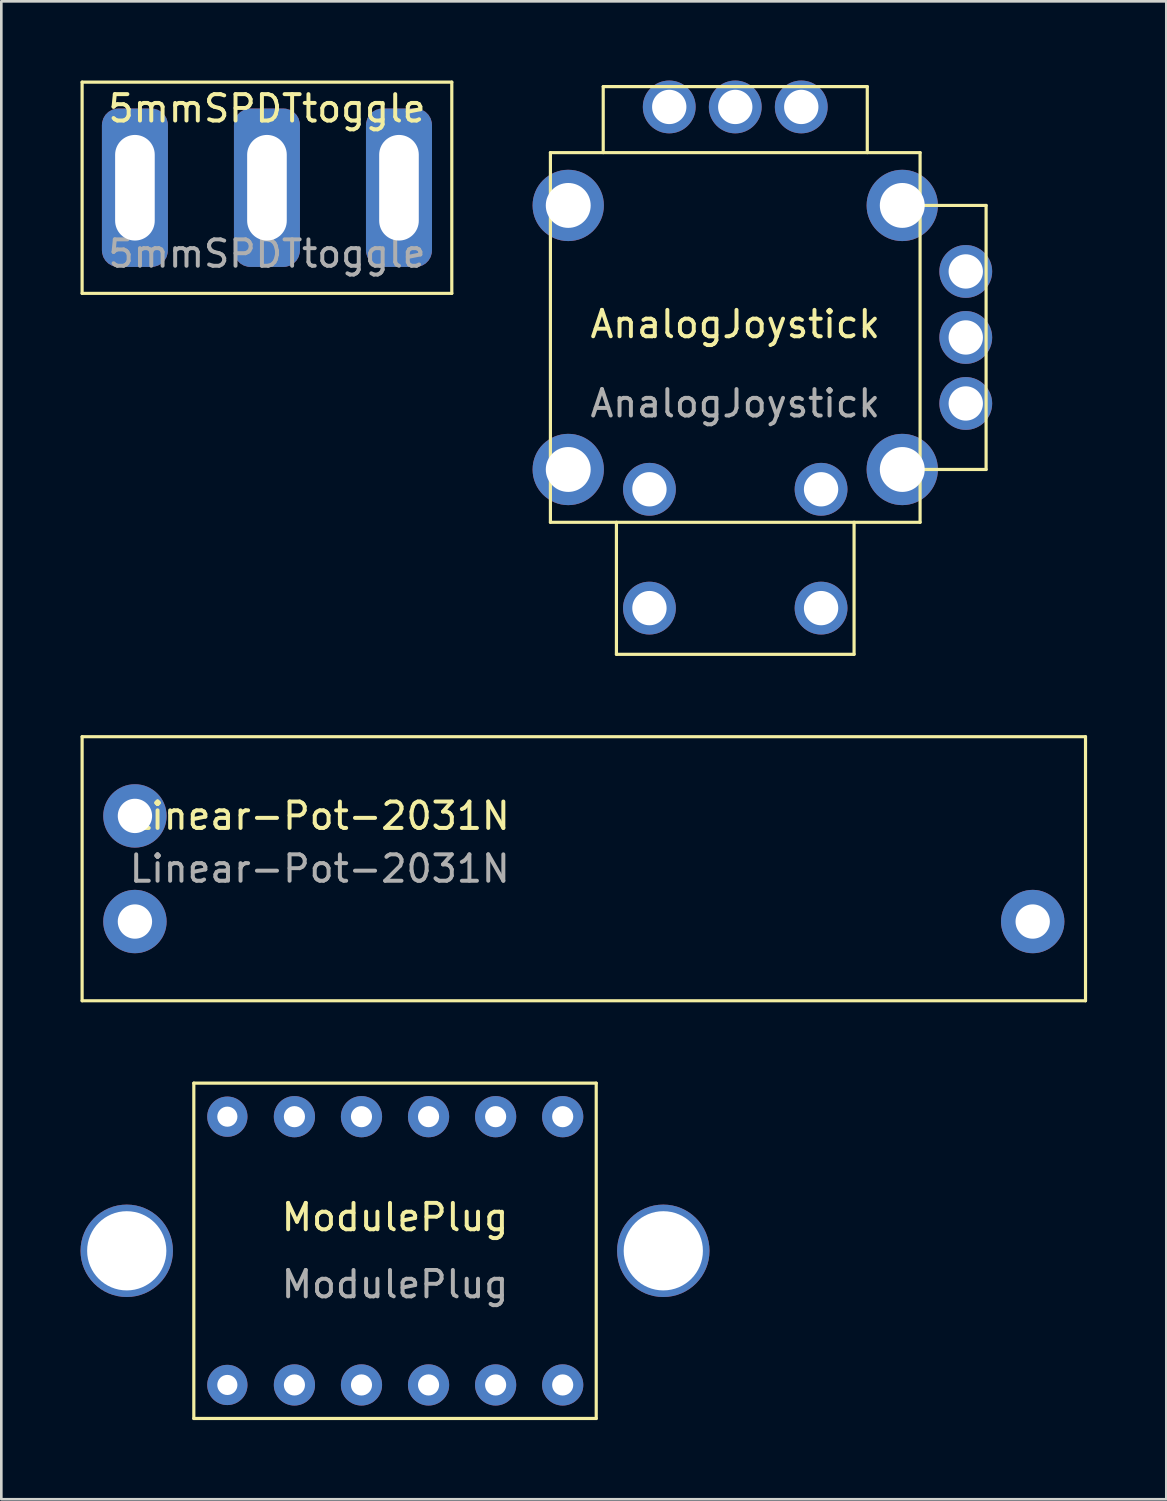
<source format=kicad_pcb>
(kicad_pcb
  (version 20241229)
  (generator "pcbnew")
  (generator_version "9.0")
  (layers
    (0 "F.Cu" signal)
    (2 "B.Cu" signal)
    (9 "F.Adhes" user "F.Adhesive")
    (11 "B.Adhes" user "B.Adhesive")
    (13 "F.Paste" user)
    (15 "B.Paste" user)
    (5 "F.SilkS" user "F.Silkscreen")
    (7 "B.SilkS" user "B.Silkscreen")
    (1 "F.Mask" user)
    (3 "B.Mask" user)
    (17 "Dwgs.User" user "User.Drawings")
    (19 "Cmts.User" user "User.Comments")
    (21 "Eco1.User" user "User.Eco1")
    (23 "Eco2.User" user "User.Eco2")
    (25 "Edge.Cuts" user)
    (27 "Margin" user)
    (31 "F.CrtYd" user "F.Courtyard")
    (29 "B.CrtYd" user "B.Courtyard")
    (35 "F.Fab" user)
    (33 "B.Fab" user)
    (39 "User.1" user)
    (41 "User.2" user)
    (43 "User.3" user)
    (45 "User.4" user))
  (footprint "ModulePlug"
    (layer "F.Cu")
    (at 11.91 44.32)
    (property "Reference" "ModulePlug" (at 0 -1.27 0) (unlocked yes) (layer "F.SilkS") (effects (font (size 1 1) (thickness 0.15))))
    (attr exclude_from_pos_files exclude_from_bom)
    (fp_line (start -7.62 -6.35) (end -7.62 6.35) (stroke (width 0.12) (type solid)) (layer "F.SilkS"))
    (fp_line (start 7.62 -6.35) (end -7.62 -6.35) (stroke (width 0.12) (type solid)) (layer "F.SilkS"))
    (fp_line (start 7.62 -6.35) (end 7.62 6.35) (stroke (width 0.12) (type solid)) (layer "F.SilkS"))
    (fp_line (start 7.62 6.35) (end -7.62 6.35) (stroke (width 0.12) (type solid)) (layer "F.SilkS"))
    (fp_text user "${REFERENCE}" (at 0 1.27 0) (unlocked yes) (layer "F.Fab") (effects (font (size 1 1) (thickness 0.15))))
    (pad "" np_thru_hole circle (at -10.16 0) (size 3.5 3.5) (drill 3) (layers "*.Cu" "*.Mask"))
    (pad "" np_thru_hole circle (at 10.16 0) (size 3.5 3.5) (drill 3) (layers "*.Cu" "*.Mask"))
    (pad "1" thru_hole circle (at -3.81 5.08) (size 1.56 1.56) (drill 0.8) (layers "*.Cu" "*.Mask"))
    (pad "1" thru_hole circle (at -1.27 5.08) (size 1.56 1.56) (drill 0.8) (layers "*.Cu" "*.Mask"))
    (pad "2" thru_hole circle (at 1.27 5.08) (size 1.56 1.56) (drill 0.8) (layers "*.Cu" "*.Mask"))
    (pad "3" thru_hole circle (at 3.81 5.08) (size 1.56 1.56) (drill 0.8) (layers "*.Cu" "*.Mask"))
    (pad "3" thru_hole circle (at 6.35 5.08) (size 1.56 1.56) (drill 0.8) (layers "*.Cu" "*.Mask"))
    (pad "4" thru_hole circle (at -3.81 -5.08) (size 1.56 1.56) (drill 0.8) (layers "*.Cu" "*.Mask"))
    (pad "4" thru_hole circle (at -1.27 -5.08) (size 1.56 1.56) (drill 0.8) (layers "*.Cu" "*.Mask"))
    (pad "5" thru_hole circle (at 1.27 -5.08) (size 1.56 1.56) (drill 0.8) (layers "*.Cu" "*.Mask"))
    (pad "6" thru_hole circle (at 3.81 -5.08) (size 1.56 1.56) (drill 0.8) (layers "*.Cu" "*.Mask"))
    (pad "6" thru_hole circle (at 6.35 -5.08) (size 1.56 1.56) (drill 0.8) (layers "*.Cu" "*.Mask"))
    (pad "7" thru_hole circle (at -6.35 -5.08) (size 1.524 1.524) (drill 0.762) (layers "*.Cu" "*.Mask"))
    (pad "8" thru_hole circle (at -6.35 5.08) (size 1.524 1.524) (drill 0.762) (layers "*.Cu" "*.Mask")))
  (footprint "Linear-Pot-2031N"
    (layer "F.Cu")
    (at 2.06 31.85)
    (property "Reference" "Linear-Pot-2031N" (at 7 -4 0) (unlocked yes) (layer "F.SilkS") (effects (font (size 1 1) (thickness 0.15))))
    (attr smd)
    (fp_line (start -2 -7) (end 36 -7) (stroke (width 0.12) (type solid)) (layer "F.SilkS"))
    (fp_line (start -2 3) (end -2 -7) (stroke (width 0.12) (type solid)) (layer "F.SilkS"))
    (fp_line (start 36 -7) (end 36 3) (stroke (width 0.12) (type solid)) (layer "F.SilkS"))
    (fp_line (start 36 3) (end -2 3) (stroke (width 0.12) (type solid)) (layer "F.SilkS"))
    (fp_text user "${REFERENCE}" (at 7 -2 0) (unlocked yes) (layer "F.Fab") (effects (font (size 1 1) (thickness 0.15))))
    (pad "1" thru_hole circle (at 0 0) (size 2.4 2.4) (drill 1.3) (layers "*.Cu" "*.Mask"))
    (pad "2" thru_hole circle (at 0 -4) (size 2.4 2.4) (drill 1.3) (layers "*.Cu" "*.Mask"))
    (pad "3" thru_hole circle (at 34 0) (size 2.4 2.4) (drill 1.3) (layers "*.Cu" "*.Mask")))
  (footprint "AnalogJoystick"
    (layer "F.Cu")
    (at 24.795 9.73)
    (property "Reference" "AnalogJoystick" (at 0 -0.5 0) (unlocked yes) (layer "F.SilkS") (effects (font (size 1 1) (thickness 0.15))))
    (attr smd)
    (fp_line (start -7 -7) (end 7 -7) (stroke (width 0.12) (type solid)) (layer "F.SilkS"))
    (fp_line (start -7 7) (end -7 -7) (stroke (width 0.12) (type solid)) (layer "F.SilkS"))
    (fp_line (start -5 -9.5) (end -5 -7) (stroke (width 0.12) (type solid)) (layer "F.SilkS"))
    (fp_line (start -4.5 7) (end -4.5 12) (stroke (width 0.12) (type solid)) (layer "F.SilkS"))
    (fp_line (start -4.5 12) (end 4.5 12) (stroke (width 0.12) (type solid)) (layer "F.SilkS"))
    (fp_line (start 4.5 12) (end 4.5 7) (stroke (width 0.12) (type solid)) (layer "F.SilkS"))
    (fp_line (start 5 -9.5) (end -5 -9.5) (stroke (width 0.12) (type solid)) (layer "F.SilkS"))
    (fp_line (start 5 -7) (end 5 -9.5) (stroke (width 0.12) (type solid)) (layer "F.SilkS"))
    (fp_line (start 7 -7) (end 7 7) (stroke (width 0.12) (type solid)) (layer "F.SilkS"))
    (fp_line (start 7 5) (end 9.5 5) (stroke (width 0.12) (type solid)) (layer "F.SilkS"))
    (fp_line (start 7 7) (end -7 7) (stroke (width 0.12) (type solid)) (layer "F.SilkS"))
    (fp_line (start 9.5 -5) (end 7 -5) (stroke (width 0.12) (type solid)) (layer "F.SilkS"))
    (fp_line (start 9.5 5) (end 9.5 -5) (stroke (width 0.12) (type solid)) (layer "F.SilkS"))
    (fp_text user "${REFERENCE}" (at 0 2.5 0) (unlocked yes) (layer "F.Fab") (effects (font (size 1 1) (thickness 0.15))))
    (pad "1" thru_hole circle (at 8.73 2.5) (size 2 2) (drill 1.3) (layers "*.Cu" "*.Mask"))
    (pad "2" thru_hole circle (at 8.73 0) (size 2 2) (drill 1.3) (layers "*.Cu" "*.Mask"))
    (pad "3" thru_hole circle (at 8.73 -2.5) (size 2 2) (drill 1.3) (layers "*.Cu" "*.Mask"))
    (pad "4" thru_hole circle (at 2.5 -8.73) (size 2 2) (drill 1.3) (layers "*.Cu" "*.Mask"))
    (pad "5" thru_hole circle (at 0 -8.73) (size 2 2) (drill 1.3) (layers "*.Cu" "*.Mask"))
    (pad "6" thru_hole circle (at -2.5 -8.73) (size 2 2) (drill 1.3) (layers "*.Cu" "*.Mask"))
    (pad "A1" thru_hole circle (at -3.25 5.75) (size 2 2) (drill 1.3) (layers "*.Cu" "*.Mask"))
    (pad "A2" thru_hole circle (at -3.25 10.25) (size 2 2) (drill 1.3) (layers "*.Cu" "*.Mask"))
    (pad "B1" thru_hole circle (at 3.25 5.75) (size 2 2) (drill 1.3) (layers "*.Cu" "*.Mask"))
    (pad "B2" thru_hole circle (at 3.25 10.25) (size 2 2) (drill 1.3) (layers "*.Cu" "*.Mask"))
    (pad "M1" thru_hole circle (at -6.325 -5) (size 2.7 2.7) (drill 1.7) (layers "*.Cu" "*.Mask"))
    (pad "M2" thru_hole circle (at 6.325 -5) (size 2.7 2.7) (drill 1.7) (layers "*.Cu" "*.Mask"))
    (pad "M3" thru_hole circle (at -6.325 5) (size 2.7 2.7) (drill 1.7) (layers "*.Cu" "*.Mask"))
    (pad "M4" thru_hole circle (at 6.325 5) (size 2.7 2.7) (drill 1.7) (layers "*.Cu" "*.Mask")))
  (footprint "5mmSPDTtoggle"
    (layer "F.Cu")
    (at 7.06 4.06)
    (property "Reference" "5mmSPDTtoggle" (at 0 -3 0) (unlocked yes) (layer "F.SilkS") (effects (font (size 1 1) (thickness 0.15))))
    (attr smd)
    (fp_line (start -7 -4) (end 7 -4) (stroke (width 0.12) (type solid)) (layer "F.SilkS"))
    (fp_line (start -7 4) (end -7 -4) (stroke (width 0.12) (type solid)) (layer "F.SilkS"))
    (fp_line (start 7 -4) (end 7 4) (stroke (width 0.12) (type solid)) (layer "F.SilkS"))
    (fp_line (start 7 4) (end -7 4) (stroke (width 0.12) (type solid)) (layer "F.SilkS"))
    (fp_text user "${REFERENCE}" (at 0 2.5 0) (unlocked yes) (layer "F.Fab") (effects (font (size 1 1) (thickness 0.15))))
    (pad "1" thru_hole roundrect (at -5 0) (size 2.5 6) (drill oval 1.5 4) (layers "*.Cu" "*.Mask") (roundrect_rratio 0.25))
    (pad "2" thru_hole roundrect (at 0 0) (size 2.5 6) (drill oval 1.5 4) (layers "*.Cu" "*.Mask") (roundrect_rratio 0.25))
    (pad "3" thru_hole roundrect (at 5 0) (size 2.5 6) (drill oval 1.5 4) (layers "*.Cu" "*.Mask") (roundrect_rratio 0.25)))
  (gr_rect
    (start -3 -3)
    (end 41.12 53.73)
    (stroke (width 0.1) (type default))
    (fill no)
    (layer "Edge.Cuts")))
</source>
